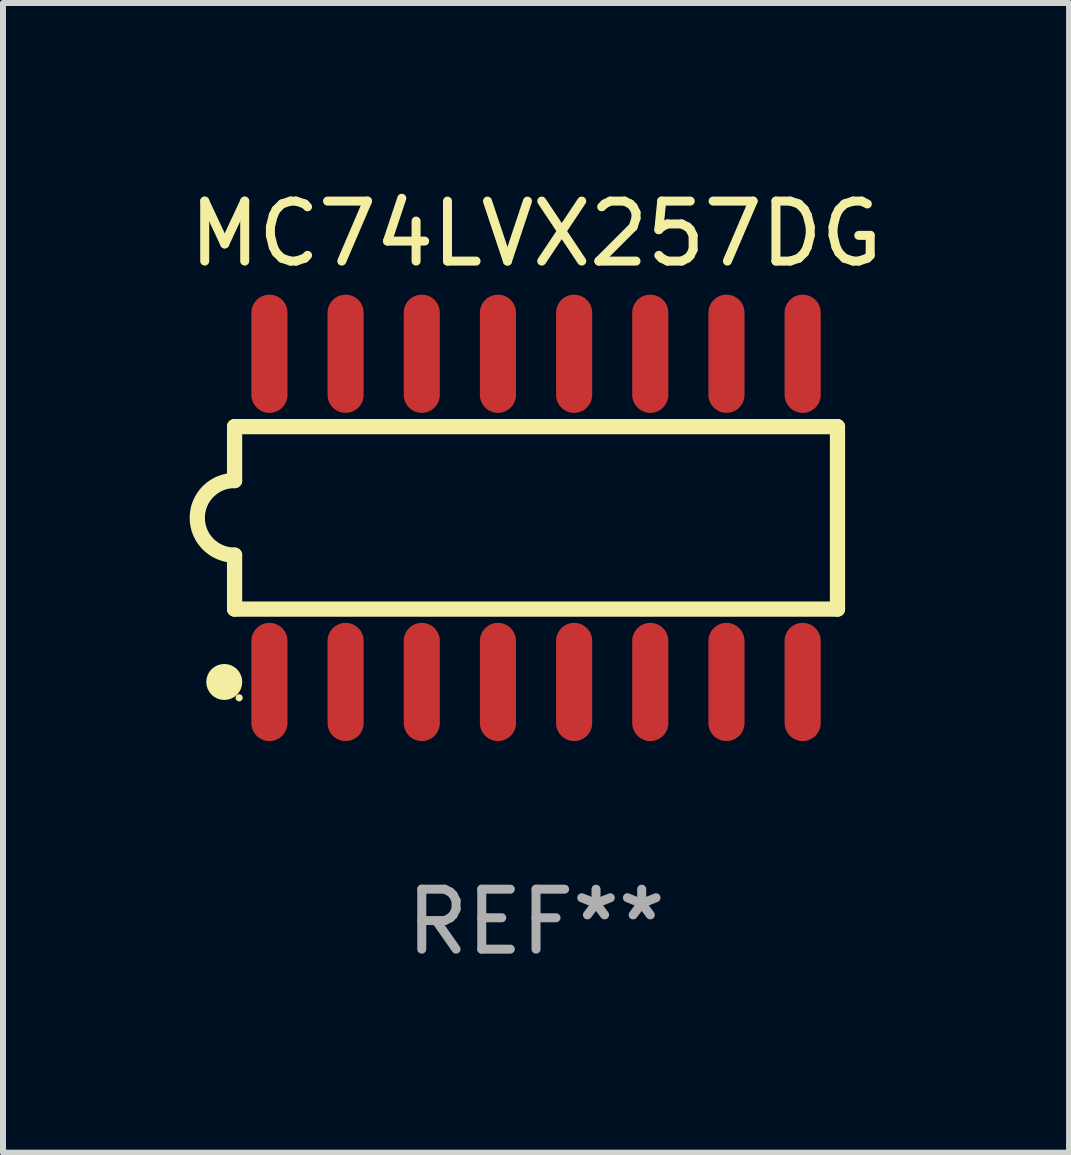
<source format=kicad_pcb>
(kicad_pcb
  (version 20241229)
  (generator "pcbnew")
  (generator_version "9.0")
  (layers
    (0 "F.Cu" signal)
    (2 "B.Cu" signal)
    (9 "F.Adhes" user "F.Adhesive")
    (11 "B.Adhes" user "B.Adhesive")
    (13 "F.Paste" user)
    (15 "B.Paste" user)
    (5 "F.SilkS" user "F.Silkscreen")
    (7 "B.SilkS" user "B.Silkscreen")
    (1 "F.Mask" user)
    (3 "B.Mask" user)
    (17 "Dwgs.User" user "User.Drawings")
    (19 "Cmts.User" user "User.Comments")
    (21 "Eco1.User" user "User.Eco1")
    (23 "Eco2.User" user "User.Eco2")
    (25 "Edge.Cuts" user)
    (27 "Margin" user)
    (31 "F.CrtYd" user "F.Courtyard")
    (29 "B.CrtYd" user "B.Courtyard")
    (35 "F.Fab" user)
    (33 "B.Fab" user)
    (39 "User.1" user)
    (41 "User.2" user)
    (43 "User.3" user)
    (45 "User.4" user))
  (footprint "MC74LVX257DG"
    (layer "F.Cu")
    (at 5.887 5.584)
    (property "Reference" "MC74LVX257DG" (at 0 -4.736 0) (layer "F.SilkS") (effects (font (size 1 1) (thickness 0.15))))
    (attr through_hole)
    (fp_line (start -5.026 -1.521) (end -5.026 -0.621) (stroke (width 0.254) (type solid)) (layer "F.SilkS"))
    (fp_line (start -5.026 -1.521) (end 5.026 -1.521) (stroke (width 0.254) (type solid)) (layer "F.SilkS"))
    (fp_line (start -5.026 1.521) (end -5.026 0.621) (stroke (width 0.254) (type solid)) (layer "F.SilkS"))
    (fp_line (start 5.026 -1.521) (end 5.026 1.521) (stroke (width 0.254) (type solid)) (layer "F.SilkS"))
    (fp_line (start 5.026 1.521) (end -5.026 1.521) (stroke (width 0.254) (type solid)) (layer "F.SilkS"))
    (fp_arc (start -5.026187 0.621387) (mid -5.647752 -0.000787) (end -5.025781 -0.622555) (stroke (width 0.254001) (type solid)) (layer "F.SilkS"))
    (fp_circle (center -5.198 2.736) (end -5.048 2.736) (stroke (width 0.3) (type solid)) (fill no) (layer "F.SilkS"))
    (fp_circle (center -4.95 3) (end -4.92 3) (stroke (width 0.06) (type solid)) (fill no) (layer "F.SilkS"))
    (fp_text user "REF**" (at 0 6.736 0) (layer "F.Fab") (effects (font (size 1 1) (thickness 0.15))))
    (pad "1" smd oval (at -4.445 2.736) (size 0.602 1.971) (layers "F.Cu" "F.Mask" "F.Paste"))
    (pad "2" smd oval (at -3.175 2.736) (size 0.602 1.971) (layers "F.Cu" "F.Mask" "F.Paste"))
    (pad "3" smd oval (at -1.905 2.736) (size 0.602 1.971) (layers "F.Cu" "F.Mask" "F.Paste"))
    (pad "4" smd oval (at -0.635 2.736) (size 0.602 1.971) (layers "F.Cu" "F.Mask" "F.Paste"))
    (pad "5" smd oval (at 0.635 2.736) (size 0.602 1.971) (layers "F.Cu" "F.Mask" "F.Paste"))
    (pad "6" smd oval (at 1.905 2.736) (size 0.602 1.971) (layers "F.Cu" "F.Mask" "F.Paste"))
    (pad "7" smd oval (at 3.175 2.736) (size 0.602 1.971) (layers "F.Cu" "F.Mask" "F.Paste"))
    (pad "8" smd oval (at 4.445 2.736) (size 0.602 1.971) (layers "F.Cu" "F.Mask" "F.Paste"))
    (pad "9" smd oval (at 4.445 -2.736) (size 0.602 1.971) (layers "F.Cu" "F.Mask" "F.Paste"))
    (pad "10" smd oval (at 3.175 -2.736) (size 0.602 1.971) (layers "F.Cu" "F.Mask" "F.Paste"))
    (pad "11" smd oval (at 1.905 -2.736) (size 0.602 1.971) (layers "F.Cu" "F.Mask" "F.Paste"))
    (pad "12" smd oval (at 0.635 -2.736) (size 0.602 1.971) (layers "F.Cu" "F.Mask" "F.Paste"))
    (pad "13" smd oval (at -0.635 -2.736) (size 0.602 1.971) (layers "F.Cu" "F.Mask" "F.Paste"))
    (pad "14" smd oval (at -1.905 -2.736) (size 0.602 1.971) (layers "F.Cu" "F.Mask" "F.Paste"))
    (pad "15" smd oval (at -3.175 -2.736) (size 0.602 1.971) (layers "F.Cu" "F.Mask" "F.Paste"))
    (pad "16" smd oval (at -4.445 -2.736) (size 0.602 1.971) (layers "F.Cu" "F.Mask" "F.Paste")))
  (gr_rect
    (start -3 -3)
    (end 14.774 16.168)
    (stroke (width 0.1) (type default))
    (fill no)
    (layer "Edge.Cuts")))
</source>
